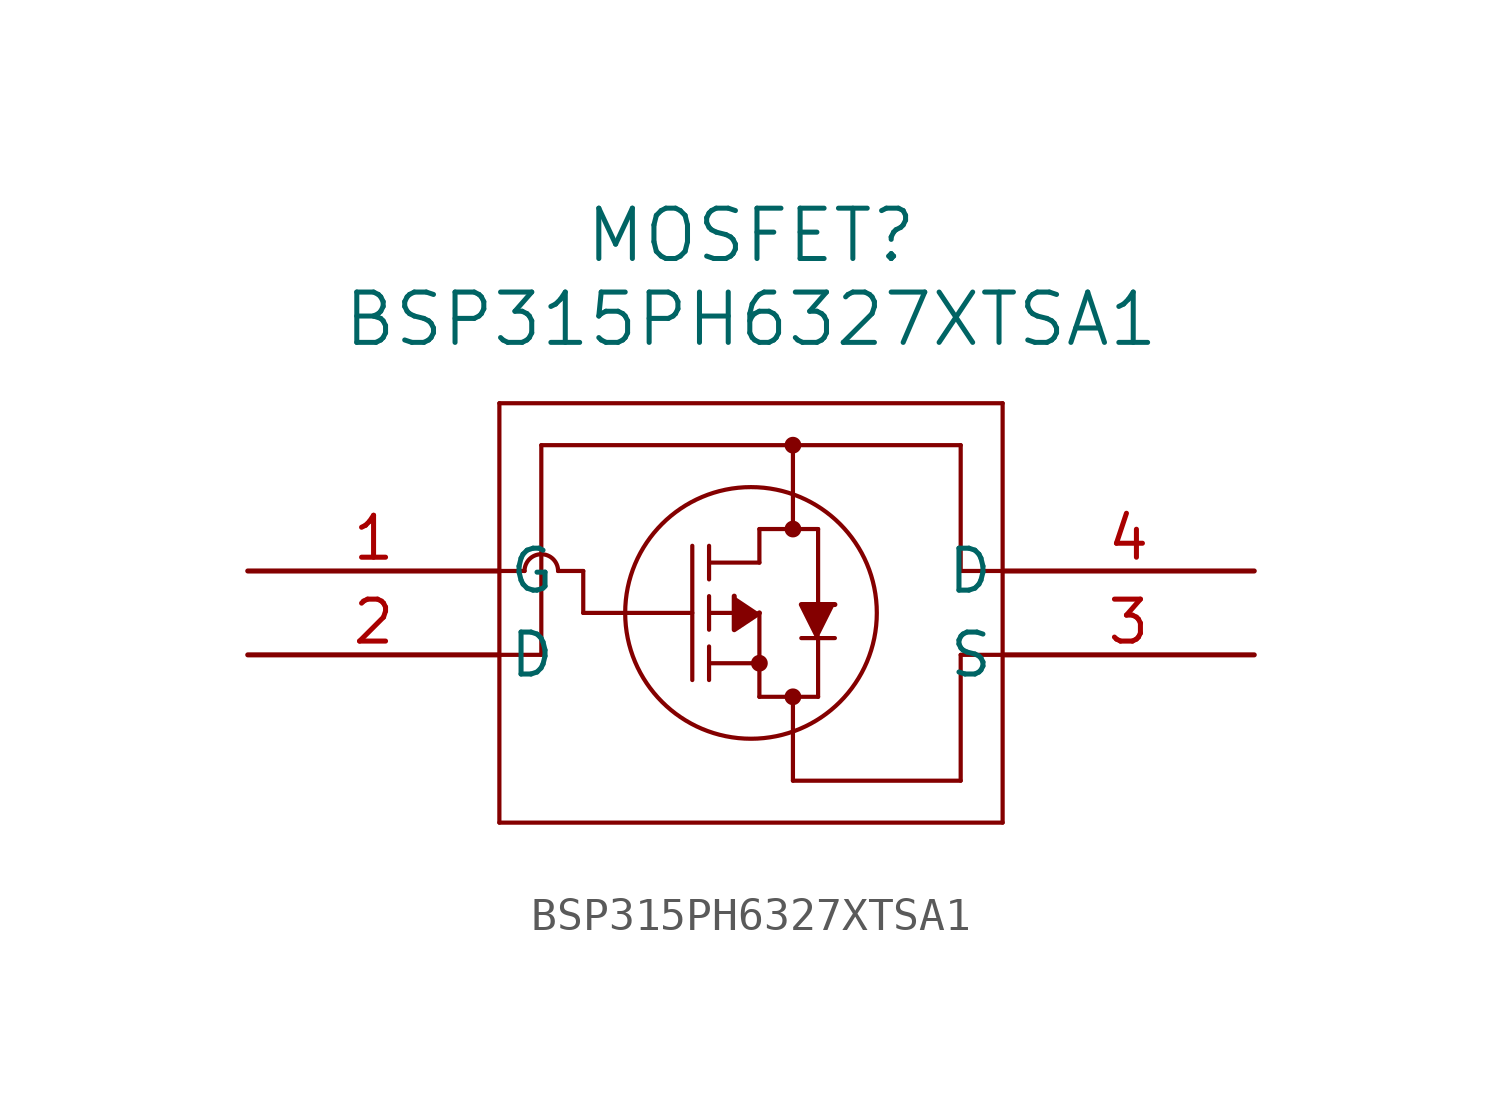
<source format=kicad_sym>
(kicad_symbol_lib
  (version 20231120)
  (generator "kicad_symbol_editor")
  (generator_version "8.0")
  (symbol "BSP315PH6327XTSA1"
    (pin_names
      (offset 0.254))
    (property "Reference" "MOSFET"
      (at 15.24 10.16 0)
      (effects (font (size 1.524 1.524))))
    (property "Value" "BSP315PH6327XTSA1"
      (at 15.24 7.62 0)
      (effects (font (size 1.524 1.524))))
    (symbol "BSP315PH6327XTSA1_0_1"
      (polyline (pts (xy 7.62 -7.62) (xy 22.86 -7.62)) (stroke (width 0.127) (type default)) (fill (type none)))
      (polyline (pts (xy 7.62 -2.54) (xy 8.89 -2.54)) (stroke (width 0.127) (type default)) (fill (type none)))
      (polyline (pts (xy 7.62 0) (xy 8.382 0)) (stroke (width 0.127) (type default)) (fill (type none)))
      (polyline (pts (xy 7.62 5.08) (xy 7.62 -7.62)) (stroke (width 0.127) (type default)) (fill (type none)))
      (polyline (pts (xy 8.89 3.81) (xy 8.89 -2.54)) (stroke (width 0.127) (type default)) (fill (type none)))
      (polyline (pts (xy 8.89 3.81) (xy 21.59 3.81)) (stroke (width 0.127) (type default)) (fill (type none)))
      (polyline (pts (xy 9.398 0) (xy 10.16 0)) (stroke (width 0.127) (type default)) (fill (type none)))
      (polyline (pts (xy 10.16 0) (xy 10.16 -1.27)) (stroke (width 0.127) (type default)) (fill (type none)))
      (polyline (pts (xy 13.462 -1.27) (xy 10.16 -1.27)) (stroke (width 0.127) (type default)) (fill (type none)))
      (polyline (pts (xy 13.462 0.762) (xy 13.462 -3.302)) (stroke (width 0.127) (type default)) (fill (type none)))
      (polyline (pts (xy 13.97 -2.794) (xy 15.494 -2.794)) (stroke (width 0.127) (type default)) (fill (type none)))
      (polyline (pts (xy 13.97 -2.286) (xy 13.97 -3.302)) (stroke (width 0.127) (type default)) (fill (type none)))
      (polyline (pts (xy 13.97 -1.27) (xy 14.732 -1.27)) (stroke (width 0.127) (type default)) (fill (type none)))
      (polyline (pts (xy 13.97 -0.762) (xy 13.97 -1.778)) (stroke (width 0.127) (type default)) (fill (type none)))
      (polyline (pts (xy 13.97 0.254) (xy 15.494 0.254)) (stroke (width 0.127) (type default)) (fill (type none)))
      (polyline (pts (xy 13.97 0.762) (xy 13.97 -0.254)) (stroke (width 0.127) (type default)) (fill (type none)))
      (polyline (pts (xy 15.494 -3.81) (xy 17.272 -3.81)) (stroke (width 0.127) (type default)) (fill (type none)))
      (polyline (pts (xy 15.494 -1.27) (xy 15.494 -3.81)) (stroke (width 0.127) (type default)) (fill (type none)))
      (polyline (pts (xy 15.494 1.27) (xy 15.494 0.254)) (stroke (width 0.127) (type default)) (fill (type none)))
      (polyline (pts (xy 15.494 1.27) (xy 17.272 1.27)) (stroke (width 0.127) (type default)) (fill (type none)))
      (polyline (pts (xy 16.51 -3.81) (xy 16.51 -6.35)) (stroke (width 0.127) (type default)) (fill (type none)))
      (polyline (pts (xy 16.51 1.27) (xy 16.51 3.81)) (stroke (width 0.127) (type default)) (fill (type none)))
      (polyline (pts (xy 16.764 -2.032) (xy 17.78 -2.032)) (stroke (width 0.127) (type default)) (fill (type none)))
      (polyline (pts (xy 17.272 -3.81) (xy 17.272 -2.032)) (stroke (width 0.127) (type default)) (fill (type none)))
      (polyline (pts (xy 17.272 1.27) (xy 17.272 -1.016)) (stroke (width 0.127) (type default)) (fill (type none)))
      (polyline (pts (xy 21.59 -6.35) (xy 16.51 -6.35)) (stroke (width 0.127) (type default)) (fill (type none)))
      (polyline (pts (xy 21.59 -6.35) (xy 21.59 -2.54)) (stroke (width 0.127) (type default)) (fill (type none)))
      (polyline (pts (xy 21.59 0) (xy 22.86 0)) (stroke (width 0.127) (type default)) (fill (type none)))
      (polyline (pts (xy 21.59 3.81) (xy 21.59 0)) (stroke (width 0.127) (type default)) (fill (type none)))
      (polyline (pts (xy 22.86 -7.62) (xy 22.86 5.08)) (stroke (width 0.127) (type default)) (fill (type none)))
      (polyline (pts (xy 22.86 -2.54) (xy 21.59 -2.54)) (stroke (width 0.127) (type default)) (fill (type none)))
      (polyline (pts (xy 22.86 5.08) (xy 7.62 5.08)) (stroke (width 0.127) (type default)) (fill (type none)))
      (polyline (pts (xy 15.494 -1.27) (xy 14.732 -1.778) (xy 14.732 -0.762)) (stroke (width 0) (type default)) (fill (type outline)))
      (polyline (pts (xy 17.272 -2.032) (xy 16.764 -1.016) (xy 17.78 -1.016)) (stroke (width 0) (type default)) (fill (type outline)))
      (arc (start 9.398 0) (mid 8.89 0.5058) (end 8.382 0) (stroke (width 0.127) (type default)) (fill (type none)))
      (circle (center 15.24 -1.27) (radius 3.81) (stroke (width 0.127) (type default)) (fill (type none)))
      (circle (center 15.494 -2.794) (radius 0.127) (stroke (width 0.254) (type default)) (fill (type none)))
      (circle (center 16.51 -3.81) (radius 0.127) (stroke (width 0.254) (type default)) (fill (type none)))
      (circle (center 16.51 1.27) (radius 0.127) (stroke (width 0.254) (type default)) (fill (type none)))
      (circle (center 16.51 3.81) (radius 0.127) (stroke (width 0.254) (type default)) (fill (type none)))
      (pin unspecified line (at 0 0 0) (length 7.62) (name "G" (effects (font (size 1.27 1.27)))) (number "1" (effects (font (size 1.27 1.27)))))
      (pin unspecified line (at 0 -2.54 0) (length 7.62) (name "D" (effects (font (size 1.27 1.27)))) (number "2" (effects (font (size 1.27 1.27)))))
      (pin unspecified line (at 30.48 -2.54 180) (length 7.62) (name "S" (effects (font (size 1.27 1.27)))) (number "3" (effects (font (size 1.27 1.27)))))
      (pin unspecified line (at 30.48 0 180) (length 7.62) (name "D" (effects (font (size 1.27 1.27)))) (number "4" (effects (font (size 1.27 1.27))))))))
</source>
